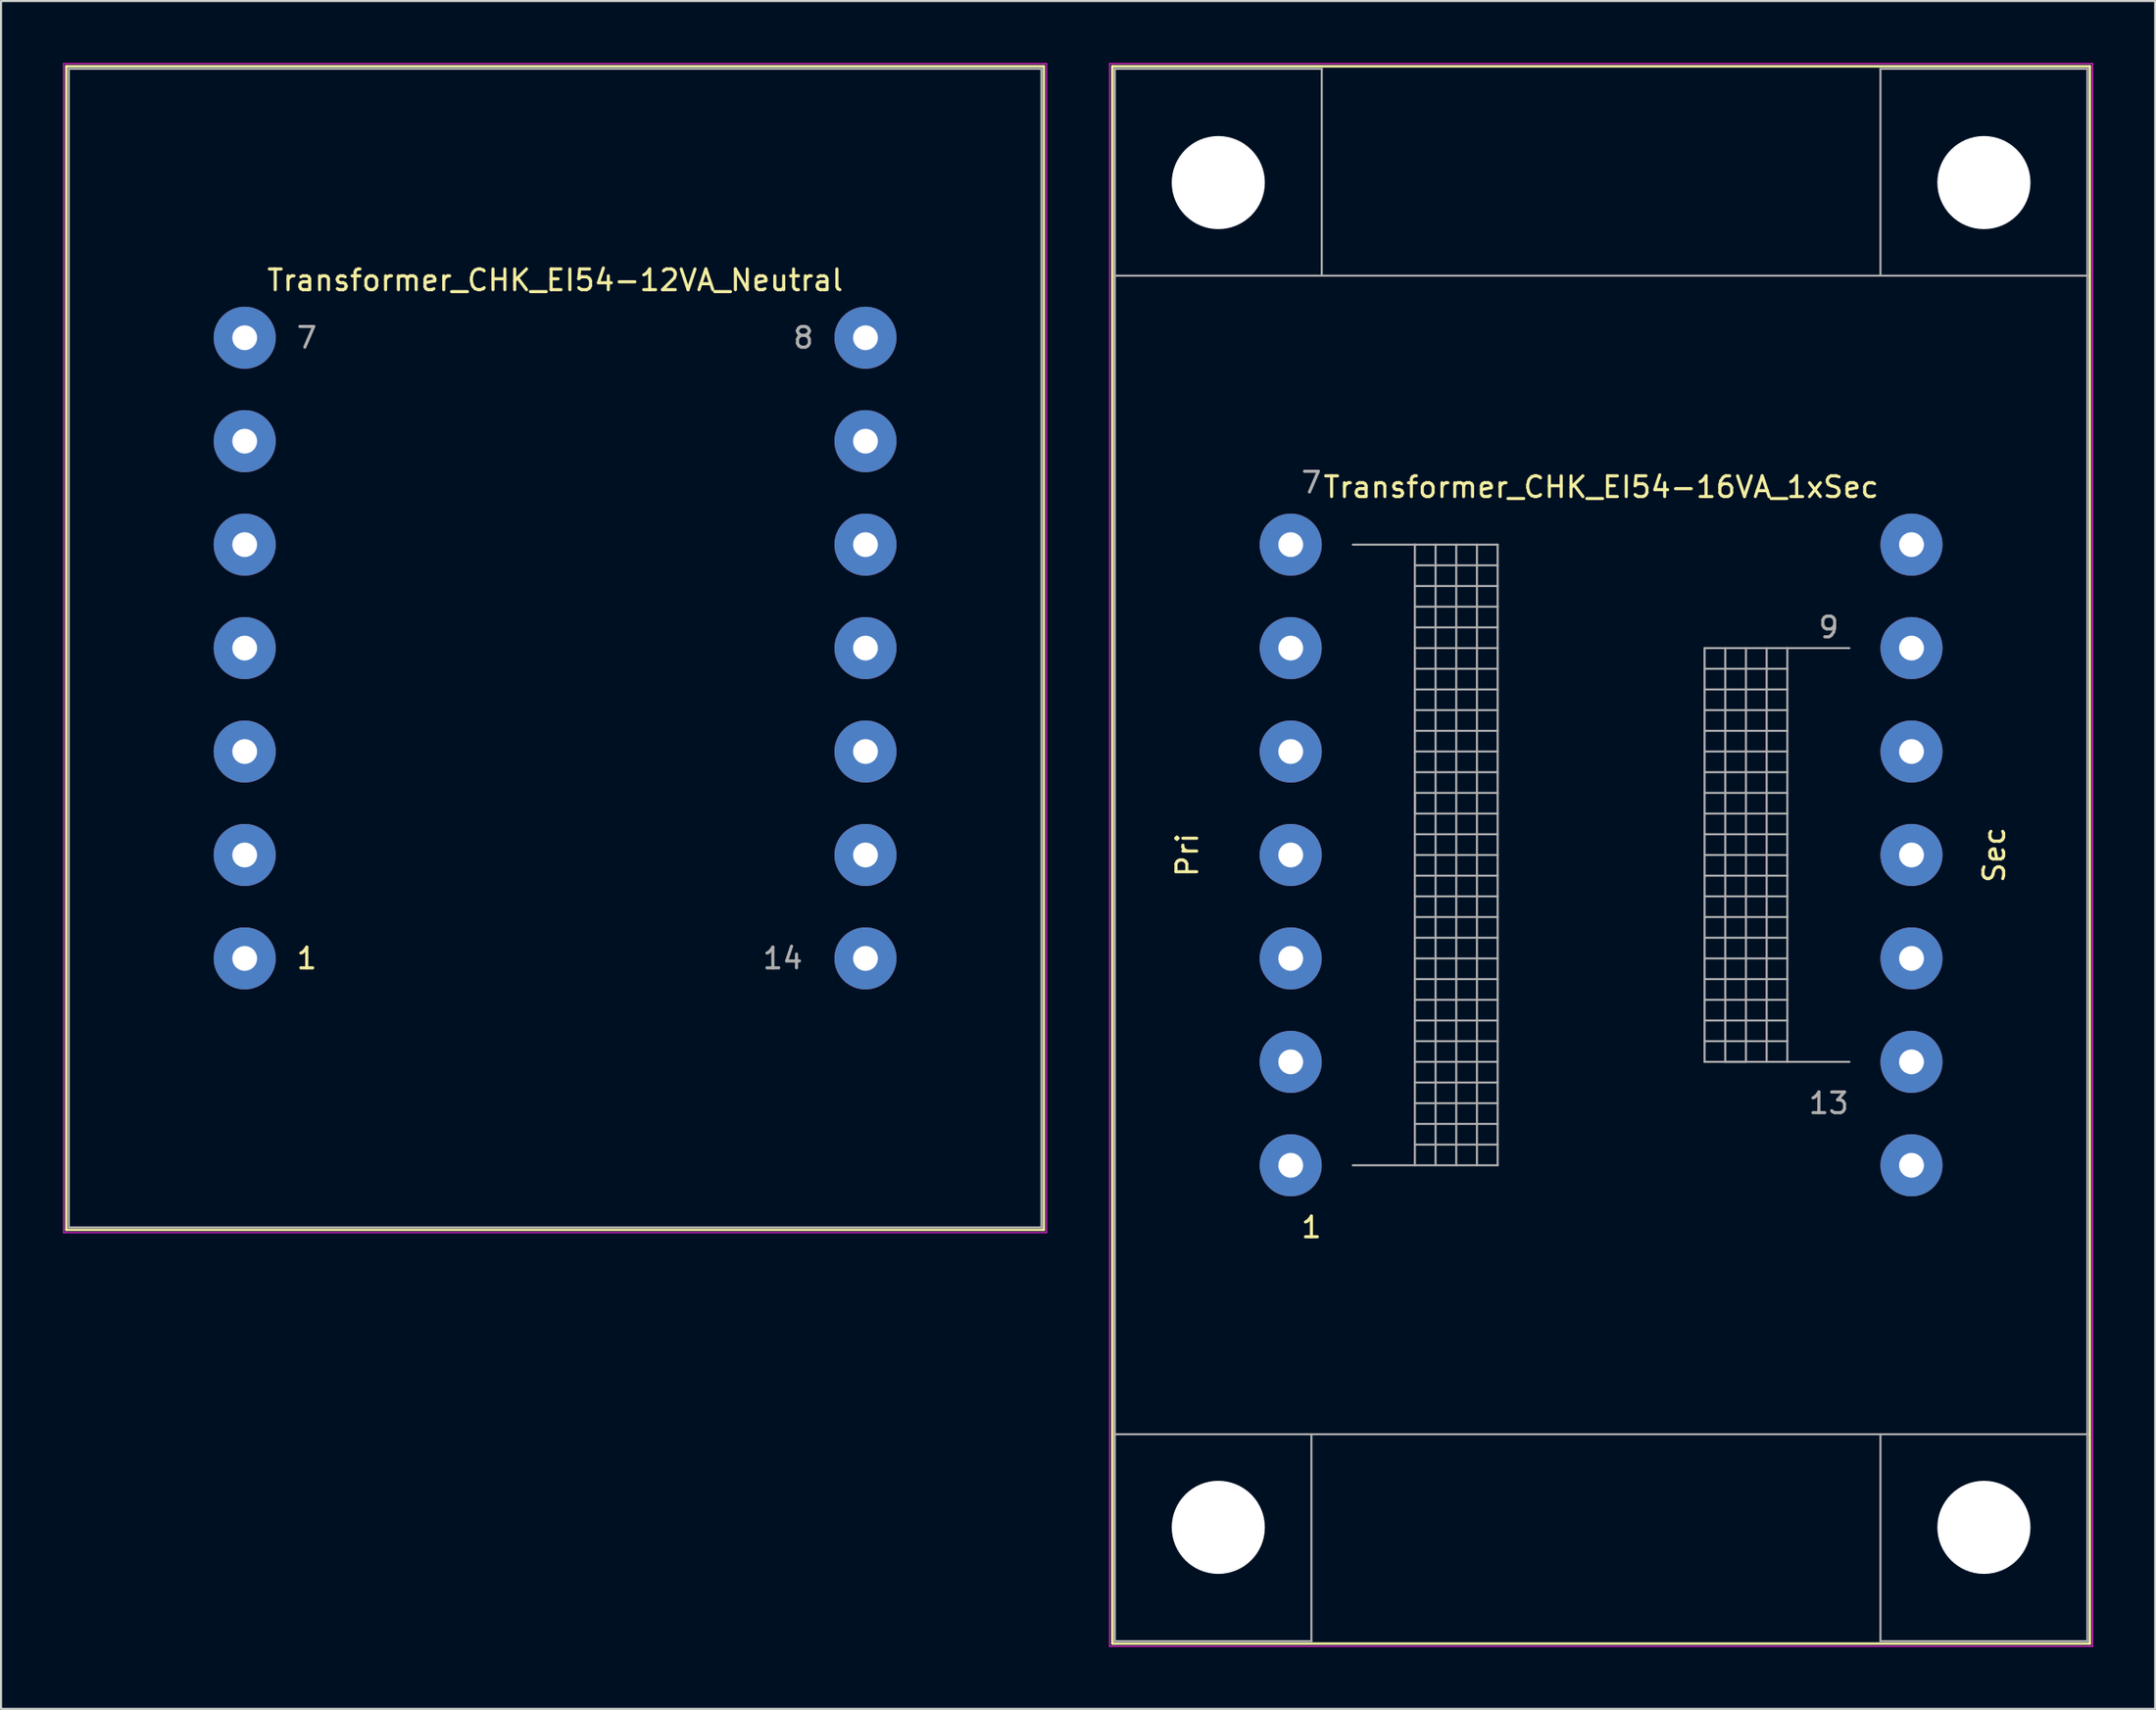
<source format=kicad_pcb>
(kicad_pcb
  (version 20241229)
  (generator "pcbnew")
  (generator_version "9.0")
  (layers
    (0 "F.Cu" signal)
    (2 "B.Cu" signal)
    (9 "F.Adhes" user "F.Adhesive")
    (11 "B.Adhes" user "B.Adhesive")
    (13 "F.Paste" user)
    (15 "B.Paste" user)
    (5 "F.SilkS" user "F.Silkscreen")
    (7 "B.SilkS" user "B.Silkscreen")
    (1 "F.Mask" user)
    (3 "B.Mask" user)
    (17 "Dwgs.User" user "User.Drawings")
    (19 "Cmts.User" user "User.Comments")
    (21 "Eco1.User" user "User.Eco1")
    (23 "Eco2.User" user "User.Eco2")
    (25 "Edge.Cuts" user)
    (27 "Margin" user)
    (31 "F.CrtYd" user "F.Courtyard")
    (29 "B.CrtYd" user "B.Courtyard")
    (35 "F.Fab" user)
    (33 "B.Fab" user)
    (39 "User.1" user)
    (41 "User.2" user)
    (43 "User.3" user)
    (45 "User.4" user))
  (footprint "Transformer_CHK_EI54-16VA_1xSec"
    (layer "F.Cu")
    (at 59.325 53.275)
    (property "Reference" "Transformer_CHK_EI54-16VA_1xSec" (at 15 -32.78 0) (layer "F.SilkS") (effects (font (size 1 1) (thickness 0.15))))
    (attr through_hole)
    (fp_line (start -8.62 -53.12) (end -8.62 23.12) (stroke (width 0.12) (type solid)) (layer "F.SilkS"))
    (fp_line (start -8.62 -53.12) (end 38.62 -53.12) (stroke (width 0.12) (type solid)) (layer "F.SilkS"))
    (fp_line (start 38.62 23.12) (end -8.62 23.12) (stroke (width 0.12) (type solid)) (layer "F.SilkS"))
    (fp_line (start 38.62 23.12) (end 38.62 -53.12) (stroke (width 0.12) (type solid)) (layer "F.SilkS"))
    (fp_line (start -8.75 -53.25) (end -8.75 23.25) (stroke (width 0.05) (type solid)) (layer "F.CrtYd"))
    (fp_line (start -8.75 -53.25) (end 38.75 -53.25) (stroke (width 0.05) (type solid)) (layer "F.CrtYd"))
    (fp_line (start 38.75 23.25) (end -8.75 23.25) (stroke (width 0.05) (type solid)) (layer "F.CrtYd"))
    (fp_line (start 38.75 23.25) (end 38.75 -53.25) (stroke (width 0.05) (type solid)) (layer "F.CrtYd"))
    (fp_line (start -8.5 -53) (end 1.5 -53) (stroke (width 0.1) (type solid)) (layer "F.Fab"))
    (fp_line (start -8.5 -43) (end -8.5 -53) (stroke (width 0.1) (type solid)) (layer "F.Fab"))
    (fp_line (start -8.5 -43) (end -8.5 13) (stroke (width 0.1) (type solid)) (layer "F.Fab"))
    (fp_line (start -8.5 13) (end -8.5 23) (stroke (width 0.1) (type solid)) (layer "F.Fab"))
    (fp_line (start -8.5 13) (end 38.5 13) (stroke (width 0.1) (type solid)) (layer "F.Fab"))
    (fp_line (start -8.5 23) (end 1 23) (stroke (width 0.1) (type solid)) (layer "F.Fab"))
    (fp_line (start 1 23) (end 1 13) (stroke (width 0.1) (type solid)) (layer "F.Fab"))
    (fp_line (start 1.5 -53) (end 1.5 -43) (stroke (width 0.1) (type solid)) (layer "F.Fab"))
    (fp_line (start 3 -30) (end 6 -30) (stroke (width 0.1) (type solid)) (layer "F.Fab"))
    (fp_line (start 6 -30) (end 6 0) (stroke (width 0.1) (type solid)) (layer "F.Fab"))
    (fp_line (start 6 -30) (end 10 -30) (stroke (width 0.1) (type solid)) (layer "F.Fab"))
    (fp_line (start 6 -29) (end 10 -29) (stroke (width 0.1) (type solid)) (layer "F.Fab"))
    (fp_line (start 6 -27) (end 10 -27) (stroke (width 0.1) (type solid)) (layer "F.Fab"))
    (fp_line (start 6 -25) (end 10 -25) (stroke (width 0.1) (type solid)) (layer "F.Fab"))
    (fp_line (start 6 -23) (end 10 -23) (stroke (width 0.1) (type solid)) (layer "F.Fab"))
    (fp_line (start 6 -21) (end 10 -21) (stroke (width 0.1) (type solid)) (layer "F.Fab"))
    (fp_line (start 6 -19) (end 10 -19) (stroke (width 0.1) (type solid)) (layer "F.Fab"))
    (fp_line (start 6 -18) (end 6 -17) (stroke (width 0.1) (type solid)) (layer "F.Fab"))
    (fp_line (start 6 -17) (end 10 -17) (stroke (width 0.1) (type solid)) (layer "F.Fab"))
    (fp_line (start 6 -15) (end 10 -15) (stroke (width 0.1) (type solid)) (layer "F.Fab"))
    (fp_line (start 6 -13) (end 10 -13) (stroke (width 0.1) (type solid)) (layer "F.Fab"))
    (fp_line (start 6 -11) (end 10 -11) (stroke (width 0.1) (type solid)) (layer "F.Fab"))
    (fp_line (start 6 -9) (end 10 -9) (stroke (width 0.1) (type solid)) (layer "F.Fab"))
    (fp_line (start 6 -7) (end 10 -7) (stroke (width 0.1) (type solid)) (layer "F.Fab"))
    (fp_line (start 6 -5) (end 10 -5) (stroke (width 0.1) (type solid)) (layer "F.Fab"))
    (fp_line (start 6 -3) (end 10 -3) (stroke (width 0.1) (type solid)) (layer "F.Fab"))
    (fp_line (start 6 -1) (end 10 -1) (stroke (width 0.1) (type solid)) (layer "F.Fab"))
    (fp_line (start 6 0) (end 3 0) (stroke (width 0.1) (type solid)) (layer "F.Fab"))
    (fp_line (start 7 0) (end 7 -30) (stroke (width 0.1) (type solid)) (layer "F.Fab"))
    (fp_line (start 8 -30) (end 8 0) (stroke (width 0.1) (type solid)) (layer "F.Fab"))
    (fp_line (start 9 0) (end 9 -30) (stroke (width 0.1) (type solid)) (layer "F.Fab"))
    (fp_line (start 10 -30) (end 10 0) (stroke (width 0.1) (type solid)) (layer "F.Fab"))
    (fp_line (start 10 -28) (end 6 -28) (stroke (width 0.1) (type solid)) (layer "F.Fab"))
    (fp_line (start 10 -26) (end 6 -26) (stroke (width 0.1) (type solid)) (layer "F.Fab"))
    (fp_line (start 10 -24) (end 6 -24) (stroke (width 0.1) (type solid)) (layer "F.Fab"))
    (fp_line (start 10 -22) (end 6 -22) (stroke (width 0.1) (type solid)) (layer "F.Fab"))
    (fp_line (start 10 -20) (end 6 -20) (stroke (width 0.1) (type solid)) (layer "F.Fab"))
    (fp_line (start 10 -18) (end 6 -18) (stroke (width 0.1) (type solid)) (layer "F.Fab"))
    (fp_line (start 10 -16) (end 6 -16) (stroke (width 0.1) (type solid)) (layer "F.Fab"))
    (fp_line (start 10 -14) (end 6 -14) (stroke (width 0.1) (type solid)) (layer "F.Fab"))
    (fp_line (start 10 -12) (end 6 -12) (stroke (width 0.1) (type solid)) (layer "F.Fab"))
    (fp_line (start 10 -10) (end 6 -10) (stroke (width 0.1) (type solid)) (layer "F.Fab"))
    (fp_line (start 10 -8) (end 6 -8) (stroke (width 0.1) (type solid)) (layer "F.Fab"))
    (fp_line (start 10 -6) (end 6 -6) (stroke (width 0.1) (type solid)) (layer "F.Fab"))
    (fp_line (start 10 -4) (end 6 -4) (stroke (width 0.1) (type solid)) (layer "F.Fab"))
    (fp_line (start 10 -2) (end 6 -2) (stroke (width 0.1) (type solid)) (layer "F.Fab"))
    (fp_line (start 10 0) (end 6 0) (stroke (width 0.1) (type solid)) (layer "F.Fab"))
    (fp_line (start 20 -25) (end 20 -5) (stroke (width 0.1) (type solid)) (layer "F.Fab"))
    (fp_line (start 20 -24) (end 24 -24) (stroke (width 0.1) (type solid)) (layer "F.Fab"))
    (fp_line (start 20 -22) (end 24 -22) (stroke (width 0.1) (type solid)) (layer "F.Fab"))
    (fp_line (start 20 -20) (end 24 -20) (stroke (width 0.1) (type solid)) (layer "F.Fab"))
    (fp_line (start 20 -18) (end 24 -18) (stroke (width 0.1) (type solid)) (layer "F.Fab"))
    (fp_line (start 20 -16) (end 24 -16) (stroke (width 0.1) (type solid)) (layer "F.Fab"))
    (fp_line (start 20 -14) (end 24 -14) (stroke (width 0.1) (type solid)) (layer "F.Fab"))
    (fp_line (start 20 -12) (end 24 -12) (stroke (width 0.1) (type solid)) (layer "F.Fab"))
    (fp_line (start 20 -10) (end 24 -10) (stroke (width 0.1) (type solid)) (layer "F.Fab"))
    (fp_line (start 20 -8) (end 24 -8) (stroke (width 0.1) (type solid)) (layer "F.Fab"))
    (fp_line (start 20 -6) (end 24 -6) (stroke (width 0.1) (type solid)) (layer "F.Fab"))
    (fp_line (start 20 -5) (end 24 -5) (stroke (width 0.1) (type solid)) (layer "F.Fab"))
    (fp_line (start 21 -5) (end 21 -25) (stroke (width 0.1) (type solid)) (layer "F.Fab"))
    (fp_line (start 22 -25) (end 22 -5) (stroke (width 0.1) (type solid)) (layer "F.Fab"))
    (fp_line (start 22 -5) (end 21 -5) (stroke (width 0.1) (type solid)) (layer "F.Fab"))
    (fp_line (start 23 -5) (end 23 -25) (stroke (width 0.1) (type solid)) (layer "F.Fab"))
    (fp_line (start 24 -25) (end 20 -25) (stroke (width 0.1) (type solid)) (layer "F.Fab"))
    (fp_line (start 24 -25) (end 24 -5) (stroke (width 0.1) (type solid)) (layer "F.Fab"))
    (fp_line (start 24 -23) (end 20 -23) (stroke (width 0.1) (type solid)) (layer "F.Fab"))
    (fp_line (start 24 -21) (end 20 -21) (stroke (width 0.1) (type solid)) (layer "F.Fab"))
    (fp_line (start 24 -19) (end 20 -19) (stroke (width 0.1) (type solid)) (layer "F.Fab"))
    (fp_line (start 24 -17) (end 20 -17) (stroke (width 0.1) (type solid)) (layer "F.Fab"))
    (fp_line (start 24 -15) (end 20 -15) (stroke (width 0.1) (type solid)) (layer "F.Fab"))
    (fp_line (start 24 -13) (end 20 -13) (stroke (width 0.1) (type solid)) (layer "F.Fab"))
    (fp_line (start 24 -11) (end 20 -11) (stroke (width 0.1) (type solid)) (layer "F.Fab"))
    (fp_line (start 24 -9) (end 20 -9) (stroke (width 0.1) (type solid)) (layer "F.Fab"))
    (fp_line (start 24 -7) (end 20 -7) (stroke (width 0.1) (type solid)) (layer "F.Fab"))
    (fp_line (start 24 -5) (end 27 -5) (stroke (width 0.1) (type solid)) (layer "F.Fab"))
    (fp_line (start 27 -25) (end 24 -25) (stroke (width 0.1) (type solid)) (layer "F.Fab"))
    (fp_line (start 28.5 -53) (end 28.5 -43) (stroke (width 0.1) (type solid)) (layer "F.Fab"))
    (fp_line (start 28.5 23) (end 28.5 13) (stroke (width 0.1) (type solid)) (layer "F.Fab"))
    (fp_line (start 38.5 -53) (end 28.5 -53) (stroke (width 0.1) (type solid)) (layer "F.Fab"))
    (fp_line (start 38.5 -43) (end -8.5 -43) (stroke (width 0.1) (type solid)) (layer "F.Fab"))
    (fp_line (start 38.5 -43) (end 38.5 -53) (stroke (width 0.1) (type solid)) (layer "F.Fab"))
    (fp_line (start 38.5 13) (end 38.5 -43) (stroke (width 0.1) (type solid)) (layer "F.Fab"))
    (fp_line (start 38.5 13) (end 38.5 23) (stroke (width 0.1) (type solid)) (layer "F.Fab"))
    (fp_line (start 38.5 23) (end 28.5 23) (stroke (width 0.1) (type solid)) (layer "F.Fab"))
    (fp_text user "1" (at 1 3 0) (layer "F.SilkS") (effects (font (size 1 1) (thickness 0.15))))
    (fp_text user "Pri" (at -5 -15 90) (layer "F.SilkS") (effects (font (size 1 1) (thickness 0.15))))
    (fp_text user "Sec" (at 34 -15 90) (layer "F.SilkS") (effects (font (size 1 1) (thickness 0.15))))
    (fp_text user "13" (at 26 -3 0) (layer "F.Fab") (effects (font (size 1 1) (thickness 0.15))))
    (fp_text user "7" (at 1 -33 0) (layer "F.Fab") (effects (font (size 1 1) (thickness 0.15))))
    (fp_text user "9" (at 26 -26 0) (layer "F.Fab") (effects (font (size 1 1) (thickness 0.15))))
    (pad "" np_thru_hole circle (at -3.5 -47.5) (size 4.5 4.5) (drill 4.5) (layers "*.Cu" "*.Mask"))
    (pad "" np_thru_hole circle (at -3.5 17.5) (size 4.5 4.5) (drill 4.5) (layers "*.Cu" "*.Mask"))
    (pad "" np_thru_hole circle (at 33.5 -47.5) (size 4.5 4.5) (drill 4.5) (layers "*.Cu" "*.Mask"))
    (pad "" np_thru_hole circle (at 33.5 17.5) (size 4.5 4.5) (drill 4.5) (layers "*.Cu" "*.Mask"))
    (pad "1" thru_hole circle (at 0 0) (size 3 3) (drill 1.2) (layers "*.Cu" "*.Mask"))
    (pad "2" thru_hole circle (at 0 -5) (size 3 3) (drill 1.2) (layers "*.Cu" "*.Mask"))
    (pad "3" thru_hole circle (at 0 -10) (size 3 3) (drill 1.2) (layers "*.Cu" "*.Mask"))
    (pad "4" thru_hole circle (at 0 -15) (size 3 3) (drill 1.2) (layers "*.Cu" "*.Mask"))
    (pad "5" thru_hole circle (at 0 -20) (size 3 3) (drill 1.2) (layers "*.Cu" "*.Mask"))
    (pad "6" thru_hole circle (at 0 -25) (size 3 3) (drill 1.2) (layers "*.Cu" "*.Mask"))
    (pad "7" thru_hole circle (at 0 -30) (size 3 3) (drill 1.2) (layers "*.Cu" "*.Mask"))
    (pad "8" thru_hole circle (at 30 -30) (size 3 3) (drill 1.2) (layers "*.Cu" "*.Mask"))
    (pad "9" thru_hole circle (at 30 -25) (size 3 3) (drill 1.2) (layers "*.Cu" "*.Mask"))
    (pad "10" thru_hole circle (at 30 -20) (size 3 3) (drill 1.2) (layers "*.Cu" "*.Mask"))
    (pad "11" thru_hole circle (at 30 -15) (size 3 3) (drill 1.2) (layers "*.Cu" "*.Mask"))
    (pad "12" thru_hole circle (at 30 -10) (size 3 3) (drill 1.2) (layers "*.Cu" "*.Mask"))
    (pad "13" thru_hole circle (at 30 -5) (size 3 3) (drill 1.2) (layers "*.Cu" "*.Mask"))
    (pad "14" thru_hole circle (at 30 0) (size 3 3) (drill 1.2) (layers "*.Cu" "*.Mask")))
  (footprint "Transformer_CHK_EI54-12VA_Neutral"
    (layer "F.Cu")
    (at 8.775 43.275)
    (property "Reference" "Transformer_CHK_EI54-12VA_Neutral" (at 15 -32.78 0) (layer "F.SilkS") (effects (font (size 1 1) (thickness 0.15))))
    (attr through_hole)
    (fp_line (start -8.62 -43.12) (end -8.62 13.12) (stroke (width 0.12) (type solid)) (layer "F.SilkS"))
    (fp_line (start -8.62 -43.12) (end 38.62 -43.12) (stroke (width 0.12) (type solid)) (layer "F.SilkS"))
    (fp_line (start 38.62 13.12) (end -8.62 13.12) (stroke (width 0.12) (type solid)) (layer "F.SilkS"))
    (fp_line (start 38.62 13.12) (end 38.62 -43.12) (stroke (width 0.12) (type solid)) (layer "F.SilkS"))
    (fp_line (start -8.75 -43.25) (end -8.75 13.25) (stroke (width 0.05) (type solid)) (layer "F.CrtYd"))
    (fp_line (start -8.75 -43.25) (end 38.75 -43.25) (stroke (width 0.05) (type solid)) (layer "F.CrtYd"))
    (fp_line (start 38.75 13.25) (end -8.75 13.25) (stroke (width 0.05) (type solid)) (layer "F.CrtYd"))
    (fp_line (start 38.75 13.25) (end 38.75 -43.25) (stroke (width 0.05) (type solid)) (layer "F.CrtYd"))
    (fp_line (start -8.5 -43) (end -8.5 13) (stroke (width 0.1) (type solid)) (layer "F.Fab"))
    (fp_line (start -8.5 13) (end 38.5 13) (stroke (width 0.1) (type solid)) (layer "F.Fab"))
    (fp_line (start 38.5 -43) (end -8.5 -43) (stroke (width 0.1) (type solid)) (layer "F.Fab"))
    (fp_line (start 38.5 13) (end 38.5 -43) (stroke (width 0.1) (type solid)) (layer "F.Fab"))
    (fp_text user "1" (at 3 0 0) (layer "F.SilkS") (effects (font (size 1 1) (thickness 0.15))))
    (fp_text user "8" (at 27 -30 0) (layer "F.Fab") (effects (font (size 1 1) (thickness 0.15))))
    (fp_text user "7" (at 3 -30 0) (layer "F.Fab") (effects (font (size 1 1) (thickness 0.15))))
    (fp_text user "14" (at 26 0 0) (layer "F.Fab") (effects (font (size 1 1) (thickness 0.15))))
    (pad "1" thru_hole circle (at 0 0) (size 3 3) (drill 1.2) (layers "*.Cu" "*.Mask"))
    (pad "2" thru_hole circle (at 0 -5) (size 3 3) (drill 1.2) (layers "*.Cu" "*.Mask"))
    (pad "3" thru_hole circle (at 0 -10) (size 3 3) (drill 1.2) (layers "*.Cu" "*.Mask"))
    (pad "4" thru_hole circle (at 0 -15) (size 3 3) (drill 1.2) (layers "*.Cu" "*.Mask"))
    (pad "5" thru_hole circle (at 0 -20) (size 3 3) (drill 1.2) (layers "*.Cu" "*.Mask"))
    (pad "6" thru_hole circle (at 0 -25) (size 3 3) (drill 1.2) (layers "*.Cu" "*.Mask"))
    (pad "7" thru_hole circle (at 0 -30) (size 3 3) (drill 1.2) (layers "*.Cu" "*.Mask"))
    (pad "8" thru_hole circle (at 30 -30) (size 3 3) (drill 1.2) (layers "*.Cu" "*.Mask"))
    (pad "9" thru_hole circle (at 30 -25) (size 3 3) (drill 1.2) (layers "*.Cu" "*.Mask"))
    (pad "10" thru_hole circle (at 30 -20) (size 3 3) (drill 1.2) (layers "*.Cu" "*.Mask"))
    (pad "11" thru_hole circle (at 30 -15) (size 3 3) (drill 1.2) (layers "*.Cu" "*.Mask"))
    (pad "12" thru_hole circle (at 30 -10) (size 3 3) (drill 1.2) (layers "*.Cu" "*.Mask"))
    (pad "13" thru_hole circle (at 30 -5) (size 3 3) (drill 1.2) (layers "*.Cu" "*.Mask"))
    (pad "14" thru_hole circle (at 30 0) (size 3 3) (drill 1.2) (layers "*.Cu" "*.Mask")))
  (gr_rect
    (start -3 -3)
    (end 101.1 79.55)
    (stroke (width 0.1) (type default))
    (fill no)
    (layer "Edge.Cuts")))
</source>
